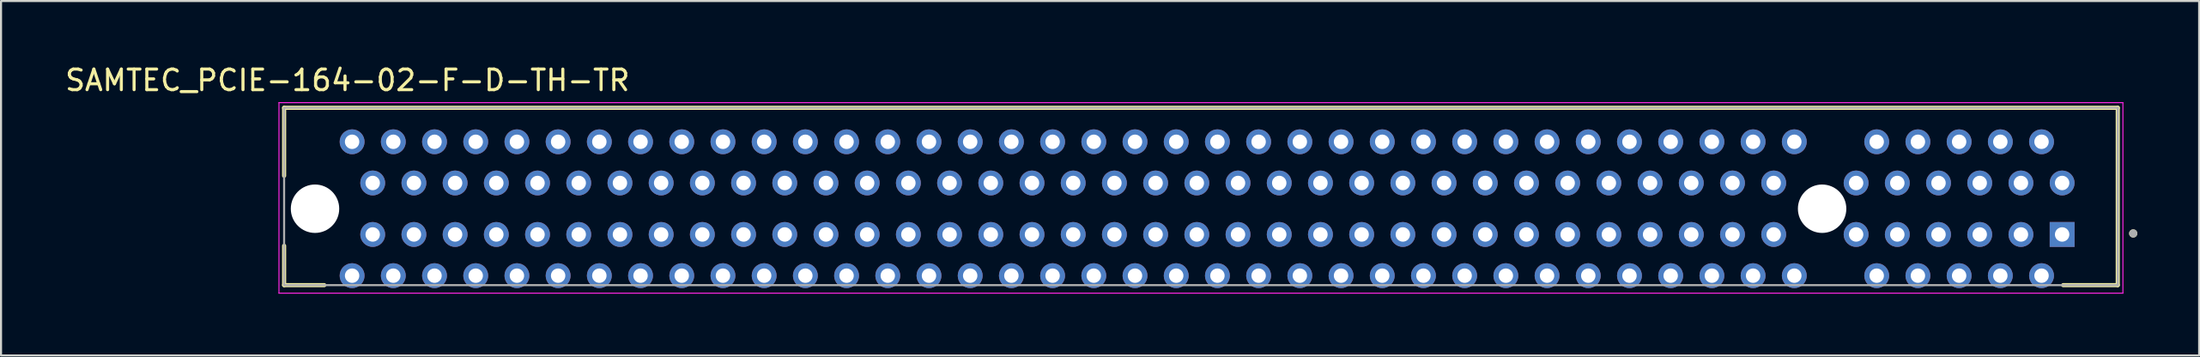
<source format=kicad_pcb>
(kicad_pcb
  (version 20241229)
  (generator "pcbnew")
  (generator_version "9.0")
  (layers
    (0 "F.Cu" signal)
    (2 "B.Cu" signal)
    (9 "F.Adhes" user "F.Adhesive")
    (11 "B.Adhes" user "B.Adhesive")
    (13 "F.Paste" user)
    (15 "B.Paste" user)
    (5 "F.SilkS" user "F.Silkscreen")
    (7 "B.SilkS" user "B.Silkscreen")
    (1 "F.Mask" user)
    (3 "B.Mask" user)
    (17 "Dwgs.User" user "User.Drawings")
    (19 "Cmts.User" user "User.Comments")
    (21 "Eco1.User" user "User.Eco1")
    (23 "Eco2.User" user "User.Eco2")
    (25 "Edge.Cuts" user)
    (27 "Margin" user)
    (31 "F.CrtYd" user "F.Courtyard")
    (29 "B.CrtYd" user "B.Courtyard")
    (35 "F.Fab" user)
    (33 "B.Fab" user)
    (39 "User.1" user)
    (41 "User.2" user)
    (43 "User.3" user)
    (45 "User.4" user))
  (footprint "SAMTEC_PCIE-164-02-F-D-TH-TR"
    (layer "F.Cu")
    (at 55.24 7.083)
    (property "Reference" "SAMTEC_PCIE-164-02-F-D-TH-TR" (at -41.425 -6.235 0) (layer "F.SilkS") (effects (font (size 1 1) (thickness 0.15))))
    (attr through_hole)
    (fp_line (start -44.5 -4.9) (end 44.5 -4.9) (stroke (width 0.2) (type solid)) (layer "F.SilkS"))
    (fp_line (start -44.5 -1.6) (end -44.5 -4.9) (stroke (width 0.2) (type solid)) (layer "F.SilkS"))
    (fp_line (start -44.5 3.71) (end -44.5 1.8) (stroke (width 0.2) (type solid)) (layer "F.SilkS"))
    (fp_line (start -42.55 3.71) (end -44.5 3.71) (stroke (width 0.2) (type solid)) (layer "F.SilkS"))
    (fp_line (start 44.5 -4.9) (end 44.5 3.71) (stroke (width 0.2) (type solid)) (layer "F.SilkS"))
    (fp_line (start 44.5 3.71) (end 41.85 3.71) (stroke (width 0.2) (type solid)) (layer "F.SilkS"))
    (fp_circle (center 45.25 1.2) (end 45.35 1.2) (stroke (width 0.2) (type solid)) (fill no) (layer "F.SilkS"))
    (fp_line (start -44.75 -5.15) (end 44.75 -5.15) (stroke (width 0.05) (type solid)) (layer "F.CrtYd"))
    (fp_line (start -44.75 4.1) (end -44.75 -5.15) (stroke (width 0.05) (type solid)) (layer "F.CrtYd"))
    (fp_line (start 44.75 -5.15) (end 44.75 4.1) (stroke (width 0.05) (type solid)) (layer "F.CrtYd"))
    (fp_line (start 44.75 4.1) (end -44.75 4.1) (stroke (width 0.05) (type solid)) (layer "F.CrtYd"))
    (fp_line (start -44.5 -4.9) (end 44.5 -4.9) (stroke (width 0.1) (type solid)) (layer "F.Fab"))
    (fp_line (start -44.5 3.71) (end -44.5 -4.9) (stroke (width 0.1) (type solid)) (layer "F.Fab"))
    (fp_line (start 44.5 -4.9) (end 44.5 3.71) (stroke (width 0.1) (type solid)) (layer "F.Fab"))
    (fp_line (start 44.5 3.71) (end -44.5 3.71) (stroke (width 0.1) (type solid)) (layer "F.Fab"))
    (fp_circle (center 45.25 1.2) (end 45.35 1.2) (stroke (width 0.2) (type solid)) (fill no) (layer "F.Fab"))
    (pad "" np_thru_hole circle (at -43 0) (size 2.35 2.35) (drill 2.35) (layers "*.Cu" "*.Mask"))
    (pad "" np_thru_hole circle (at 30.15 0) (size 2.35 2.35) (drill 2.35) (layers "*.Cu" "*.Mask"))
    (pad "A1" thru_hole rect (at 41.8 1.25) (size 1.208 1.208) (drill 0.7) (layers "*.Cu" "*.Mask"))
    (pad "A2" thru_hole circle (at 40.8 3.25) (size 1.208 1.208) (drill 0.7) (layers "*.Cu" "*.Mask"))
    (pad "A3" thru_hole circle (at 39.8 1.25) (size 1.208 1.208) (drill 0.7) (layers "*.Cu" "*.Mask"))
    (pad "A4" thru_hole circle (at 38.8 3.25) (size 1.208 1.208) (drill 0.7) (layers "*.Cu" "*.Mask"))
    (pad "A5" thru_hole circle (at 37.8 1.25) (size 1.208 1.208) (drill 0.7) (layers "*.Cu" "*.Mask"))
    (pad "A6" thru_hole circle (at 36.8 3.25) (size 1.208 1.208) (drill 0.7) (layers "*.Cu" "*.Mask"))
    (pad "A7" thru_hole circle (at 35.8 1.25) (size 1.208 1.208) (drill 0.7) (layers "*.Cu" "*.Mask"))
    (pad "A8" thru_hole circle (at 34.8 3.25) (size 1.208 1.208) (drill 0.7) (layers "*.Cu" "*.Mask"))
    (pad "A9" thru_hole circle (at 33.8 1.25) (size 1.208 1.208) (drill 0.7) (layers "*.Cu" "*.Mask"))
    (pad "A10" thru_hole circle (at 32.8 3.25) (size 1.208 1.208) (drill 0.7) (layers "*.Cu" "*.Mask"))
    (pad "A11" thru_hole circle (at 31.8 1.25) (size 1.208 1.208) (drill 0.7) (layers "*.Cu" "*.Mask"))
    (pad "A12" thru_hole circle (at 28.8 3.25) (size 1.208 1.208) (drill 0.7) (layers "*.Cu" "*.Mask"))
    (pad "A13" thru_hole circle (at 27.8 1.25) (size 1.208 1.208) (drill 0.7) (layers "*.Cu" "*.Mask"))
    (pad "A14" thru_hole circle (at 26.8 3.25) (size 1.208 1.208) (drill 0.7) (layers "*.Cu" "*.Mask"))
    (pad "A15" thru_hole circle (at 25.8 1.25) (size 1.208 1.208) (drill 0.7) (layers "*.Cu" "*.Mask"))
    (pad "A16" thru_hole circle (at 24.8 3.25) (size 1.208 1.208) (drill 0.7) (layers "*.Cu" "*.Mask"))
    (pad "A17" thru_hole circle (at 23.8 1.25) (size 1.208 1.208) (drill 0.7) (layers "*.Cu" "*.Mask"))
    (pad "A18" thru_hole circle (at 22.8 3.25) (size 1.208 1.208) (drill 0.7) (layers "*.Cu" "*.Mask"))
    (pad "A19" thru_hole circle (at 21.8 1.25) (size 1.208 1.208) (drill 0.7) (layers "*.Cu" "*.Mask"))
    (pad "A20" thru_hole circle (at 20.8 3.25) (size 1.208 1.208) (drill 0.7) (layers "*.Cu" "*.Mask"))
    (pad "A21" thru_hole circle (at 19.8 1.25) (size 1.208 1.208) (drill 0.7) (layers "*.Cu" "*.Mask"))
    (pad "A22" thru_hole circle (at 18.8 3.25) (size 1.208 1.208) (drill 0.7) (layers "*.Cu" "*.Mask"))
    (pad "A23" thru_hole circle (at 17.8 1.25) (size 1.208 1.208) (drill 0.7) (layers "*.Cu" "*.Mask"))
    (pad "A24" thru_hole circle (at 16.8 3.25) (size 1.208 1.208) (drill 0.7) (layers "*.Cu" "*.Mask"))
    (pad "A25" thru_hole circle (at 15.8 1.25) (size 1.208 1.208) (drill 0.7) (layers "*.Cu" "*.Mask"))
    (pad "A26" thru_hole circle (at 14.8 3.25) (size 1.208 1.208) (drill 0.7) (layers "*.Cu" "*.Mask"))
    (pad "A27" thru_hole circle (at 13.8 1.25) (size 1.208 1.208) (drill 0.7) (layers "*.Cu" "*.Mask"))
    (pad "A28" thru_hole circle (at 12.8 3.25) (size 1.208 1.208) (drill 0.7) (layers "*.Cu" "*.Mask"))
    (pad "A29" thru_hole circle (at 11.8 1.25) (size 1.208 1.208) (drill 0.7) (layers "*.Cu" "*.Mask"))
    (pad "A30" thru_hole circle (at 10.8 3.25) (size 1.208 1.208) (drill 0.7) (layers "*.Cu" "*.Mask"))
    (pad "A31" thru_hole circle (at 9.8 1.25) (size 1.208 1.208) (drill 0.7) (layers "*.Cu" "*.Mask"))
    (pad "A32" thru_hole circle (at 8.8 3.25) (size 1.208 1.208) (drill 0.7) (layers "*.Cu" "*.Mask"))
    (pad "A33" thru_hole circle (at 7.8 1.25) (size 1.208 1.208) (drill 0.7) (layers "*.Cu" "*.Mask"))
    (pad "A34" thru_hole circle (at 6.8 3.25) (size 1.208 1.208) (drill 0.7) (layers "*.Cu" "*.Mask"))
    (pad "A35" thru_hole circle (at 5.8 1.25) (size 1.208 1.208) (drill 0.7) (layers "*.Cu" "*.Mask"))
    (pad "A36" thru_hole circle (at 4.8 3.25) (size 1.208 1.208) (drill 0.7) (layers "*.Cu" "*.Mask"))
    (pad "A37" thru_hole circle (at 3.8 1.25) (size 1.208 1.208) (drill 0.7) (layers "*.Cu" "*.Mask"))
    (pad "A38" thru_hole circle (at 2.8 3.25) (size 1.208 1.208) (drill 0.7) (layers "*.Cu" "*.Mask"))
    (pad "A39" thru_hole circle (at 1.8 1.25) (size 1.208 1.208) (drill 0.7) (layers "*.Cu" "*.Mask"))
    (pad "A40" thru_hole circle (at 0.8 3.25) (size 1.208 1.208) (drill 0.7) (layers "*.Cu" "*.Mask"))
    (pad "A41" thru_hole circle (at -0.2 1.25) (size 1.208 1.208) (drill 0.7) (layers "*.Cu" "*.Mask"))
    (pad "A42" thru_hole circle (at -1.2 3.25) (size 1.208 1.208) (drill 0.7) (layers "*.Cu" "*.Mask"))
    (pad "A43" thru_hole circle (at -2.2 1.25) (size 1.208 1.208) (drill 0.7) (layers "*.Cu" "*.Mask"))
    (pad "A44" thru_hole circle (at -3.2 3.25) (size 1.208 1.208) (drill 0.7) (layers "*.Cu" "*.Mask"))
    (pad "A45" thru_hole circle (at -4.2 1.25) (size 1.208 1.208) (drill 0.7) (layers "*.Cu" "*.Mask"))
    (pad "A46" thru_hole circle (at -5.2 3.25) (size 1.208 1.208) (drill 0.7) (layers "*.Cu" "*.Mask"))
    (pad "A47" thru_hole circle (at -6.2 1.25) (size 1.208 1.208) (drill 0.7) (layers "*.Cu" "*.Mask"))
    (pad "A48" thru_hole circle (at -7.2 3.25) (size 1.208 1.208) (drill 0.7) (layers "*.Cu" "*.Mask"))
    (pad "A49" thru_hole circle (at -8.2 1.25) (size 1.208 1.208) (drill 0.7) (layers "*.Cu" "*.Mask"))
    (pad "A50" thru_hole circle (at -9.2 3.25) (size 1.208 1.208) (drill 0.7) (layers "*.Cu" "*.Mask"))
    (pad "A51" thru_hole circle (at -10.2 1.25) (size 1.208 1.208) (drill 0.7) (layers "*.Cu" "*.Mask"))
    (pad "A52" thru_hole circle (at -11.2 3.25) (size 1.208 1.208) (drill 0.7) (layers "*.Cu" "*.Mask"))
    (pad "A53" thru_hole circle (at -12.2 1.25) (size 1.208 1.208) (drill 0.7) (layers "*.Cu" "*.Mask"))
    (pad "A54" thru_hole circle (at -13.2 3.25) (size 1.208 1.208) (drill 0.7) (layers "*.Cu" "*.Mask"))
    (pad "A55" thru_hole circle (at -14.2 1.25) (size 1.208 1.208) (drill 0.7) (layers "*.Cu" "*.Mask"))
    (pad "A56" thru_hole circle (at -15.2 3.25) (size 1.208 1.208) (drill 0.7) (layers "*.Cu" "*.Mask"))
    (pad "A57" thru_hole circle (at -16.2 1.25) (size 1.208 1.208) (drill 0.7) (layers "*.Cu" "*.Mask"))
    (pad "A58" thru_hole circle (at -17.2 3.25) (size 1.208 1.208) (drill 0.7) (layers "*.Cu" "*.Mask"))
    (pad "A59" thru_hole circle (at -18.2 1.25) (size 1.208 1.208) (drill 0.7) (layers "*.Cu" "*.Mask"))
    (pad "A60" thru_hole circle (at -19.2 3.25) (size 1.208 1.208) (drill 0.7) (layers "*.Cu" "*.Mask"))
    (pad "A61" thru_hole circle (at -20.2 1.25) (size 1.208 1.208) (drill 0.7) (layers "*.Cu" "*.Mask"))
    (pad "A62" thru_hole circle (at -21.2 3.25) (size 1.208 1.208) (drill 0.7) (layers "*.Cu" "*.Mask"))
    (pad "A63" thru_hole circle (at -22.2 1.25) (size 1.208 1.208) (drill 0.7) (layers "*.Cu" "*.Mask"))
    (pad "A64" thru_hole circle (at -23.2 3.25) (size 1.208 1.208) (drill 0.7) (layers "*.Cu" "*.Mask"))
    (pad "A65" thru_hole circle (at -24.2 1.25) (size 1.208 1.208) (drill 0.7) (layers "*.Cu" "*.Mask"))
    (pad "A66" thru_hole circle (at -25.2 3.25) (size 1.208 1.208) (drill 0.7) (layers "*.Cu" "*.Mask"))
    (pad "A67" thru_hole circle (at -26.2 1.25) (size 1.208 1.208) (drill 0.7) (layers "*.Cu" "*.Mask"))
    (pad "A68" thru_hole circle (at -27.2 3.25) (size 1.208 1.208) (drill 0.7) (layers "*.Cu" "*.Mask"))
    (pad "A69" thru_hole circle (at -28.2 1.25) (size 1.208 1.208) (drill 0.7) (layers "*.Cu" "*.Mask"))
    (pad "A70" thru_hole circle (at -29.2 3.25) (size 1.208 1.208) (drill 0.7) (layers "*.Cu" "*.Mask"))
    (pad "A71" thru_hole circle (at -30.2 1.25) (size 1.208 1.208) (drill 0.7) (layers "*.Cu" "*.Mask"))
    (pad "A72" thru_hole circle (at -31.2 3.25) (size 1.208 1.208) (drill 0.7) (layers "*.Cu" "*.Mask"))
    (pad "A73" thru_hole circle (at -32.2 1.25) (size 1.208 1.208) (drill 0.7) (layers "*.Cu" "*.Mask"))
    (pad "A74" thru_hole circle (at -33.2 3.25) (size 1.208 1.208) (drill 0.7) (layers "*.Cu" "*.Mask"))
    (pad "A75" thru_hole circle (at -34.2 1.25) (size 1.208 1.208) (drill 0.7) (layers "*.Cu" "*.Mask"))
    (pad "A76" thru_hole circle (at -35.2 3.25) (size 1.208 1.208) (drill 0.7) (layers "*.Cu" "*.Mask"))
    (pad "A77" thru_hole circle (at -36.2 1.25) (size 1.208 1.208) (drill 0.7) (layers "*.Cu" "*.Mask"))
    (pad "A78" thru_hole circle (at -37.2 3.25) (size 1.208 1.208) (drill 0.7) (layers "*.Cu" "*.Mask"))
    (pad "A79" thru_hole circle (at -38.2 1.25) (size 1.208 1.208) (drill 0.7) (layers "*.Cu" "*.Mask"))
    (pad "A80" thru_hole circle (at -39.2 3.25) (size 1.208 1.208) (drill 0.7) (layers "*.Cu" "*.Mask"))
    (pad "A81" thru_hole circle (at -40.2 1.25) (size 1.208 1.208) (drill 0.7) (layers "*.Cu" "*.Mask"))
    (pad "A82" thru_hole circle (at -41.2 3.25) (size 1.208 1.208) (drill 0.7) (layers "*.Cu" "*.Mask"))
    (pad "B1" thru_hole circle (at 41.8 -1.25) (size 1.208 1.208) (drill 0.7) (layers "*.Cu" "*.Mask"))
    (pad "B2" thru_hole circle (at 40.8 -3.25) (size 1.208 1.208) (drill 0.7) (layers "*.Cu" "*.Mask"))
    (pad "B3" thru_hole circle (at 39.8 -1.25) (size 1.208 1.208) (drill 0.7) (layers "*.Cu" "*.Mask"))
    (pad "B4" thru_hole circle (at 38.8 -3.25) (size 1.208 1.208) (drill 0.7) (layers "*.Cu" "*.Mask"))
    (pad "B5" thru_hole circle (at 37.8 -1.25) (size 1.208 1.208) (drill 0.7) (layers "*.Cu" "*.Mask"))
    (pad "B6" thru_hole circle (at 36.8 -3.25) (size 1.208 1.208) (drill 0.7) (layers "*.Cu" "*.Mask"))
    (pad "B7" thru_hole circle (at 35.8 -1.25) (size 1.208 1.208) (drill 0.7) (layers "*.Cu" "*.Mask"))
    (pad "B8" thru_hole circle (at 34.8 -3.25) (size 1.208 1.208) (drill 0.7) (layers "*.Cu" "*.Mask"))
    (pad "B9" thru_hole circle (at 33.8 -1.25) (size 1.208 1.208) (drill 0.7) (layers "*.Cu" "*.Mask"))
    (pad "B10" thru_hole circle (at 32.8 -3.25) (size 1.208 1.208) (drill 0.7) (layers "*.Cu" "*.Mask"))
    (pad "B11" thru_hole circle (at 31.8 -1.25) (size 1.208 1.208) (drill 0.7) (layers "*.Cu" "*.Mask"))
    (pad "B12" thru_hole circle (at 28.8 -3.25) (size 1.208 1.208) (drill 0.7) (layers "*.Cu" "*.Mask"))
    (pad "B13" thru_hole circle (at 27.8 -1.25) (size 1.208 1.208) (drill 0.7) (layers "*.Cu" "*.Mask"))
    (pad "B14" thru_hole circle (at 26.8 -3.25) (size 1.208 1.208) (drill 0.7) (layers "*.Cu" "*.Mask"))
    (pad "B15" thru_hole circle (at 25.8 -1.25) (size 1.208 1.208) (drill 0.7) (layers "*.Cu" "*.Mask"))
    (pad "B16" thru_hole circle (at 24.8 -3.25) (size 1.208 1.208) (drill 0.7) (layers "*.Cu" "*.Mask"))
    (pad "B17" thru_hole circle (at 23.8 -1.25) (size 1.208 1.208) (drill 0.7) (layers "*.Cu" "*.Mask"))
    (pad "B18" thru_hole circle (at 22.8 -3.25) (size 1.208 1.208) (drill 0.7) (layers "*.Cu" "*.Mask"))
    (pad "B19" thru_hole circle (at 21.8 -1.25) (size 1.208 1.208) (drill 0.7) (layers "*.Cu" "*.Mask"))
    (pad "B20" thru_hole circle (at 20.8 -3.25) (size 1.208 1.208) (drill 0.7) (layers "*.Cu" "*.Mask"))
    (pad "B21" thru_hole circle (at 19.8 -1.25) (size 1.208 1.208) (drill 0.7) (layers "*.Cu" "*.Mask"))
    (pad "B22" thru_hole circle (at 18.8 -3.25) (size 1.208 1.208) (drill 0.7) (layers "*.Cu" "*.Mask"))
    (pad "B23" thru_hole circle (at 17.8 -1.25) (size 1.208 1.208) (drill 0.7) (layers "*.Cu" "*.Mask"))
    (pad "B24" thru_hole circle (at 16.8 -3.25) (size 1.208 1.208) (drill 0.7) (layers "*.Cu" "*.Mask"))
    (pad "B25" thru_hole circle (at 15.8 -1.25) (size 1.208 1.208) (drill 0.7) (layers "*.Cu" "*.Mask"))
    (pad "B26" thru_hole circle (at 14.8 -3.25) (size 1.208 1.208) (drill 0.7) (layers "*.Cu" "*.Mask"))
    (pad "B27" thru_hole circle (at 13.8 -1.25) (size 1.208 1.208) (drill 0.7) (layers "*.Cu" "*.Mask"))
    (pad "B28" thru_hole circle (at 12.8 -3.25) (size 1.208 1.208) (drill 0.7) (layers "*.Cu" "*.Mask"))
    (pad "B29" thru_hole circle (at 11.8 -1.25) (size 1.208 1.208) (drill 0.7) (layers "*.Cu" "*.Mask"))
    (pad "B30" thru_hole circle (at 10.8 -3.25) (size 1.208 1.208) (drill 0.7) (layers "*.Cu" "*.Mask"))
    (pad "B31" thru_hole circle (at 9.8 -1.25) (size 1.208 1.208) (drill 0.7) (layers "*.Cu" "*.Mask"))
    (pad "B32" thru_hole circle (at 8.8 -3.25) (size 1.208 1.208) (drill 0.7) (layers "*.Cu" "*.Mask"))
    (pad "B33" thru_hole circle (at 7.8 -1.25) (size 1.208 1.208) (drill 0.7) (layers "*.Cu" "*.Mask"))
    (pad "B34" thru_hole circle (at 6.8 -3.25) (size 1.208 1.208) (drill 0.7) (layers "*.Cu" "*.Mask"))
    (pad "B35" thru_hole circle (at 5.8 -1.25) (size 1.208 1.208) (drill 0.7) (layers "*.Cu" "*.Mask"))
    (pad "B36" thru_hole circle (at 4.8 -3.25) (size 1.208 1.208) (drill 0.7) (layers "*.Cu" "*.Mask"))
    (pad "B37" thru_hole circle (at 3.8 -1.25) (size 1.208 1.208) (drill 0.7) (layers "*.Cu" "*.Mask"))
    (pad "B38" thru_hole circle (at 2.8 -3.25) (size 1.208 1.208) (drill 0.7) (layers "*.Cu" "*.Mask"))
    (pad "B39" thru_hole circle (at 1.8 -1.25) (size 1.208 1.208) (drill 0.7) (layers "*.Cu" "*.Mask"))
    (pad "B40" thru_hole circle (at 0.8 -3.25) (size 1.208 1.208) (drill 0.7) (layers "*.Cu" "*.Mask"))
    (pad "B41" thru_hole circle (at -0.2 -1.25) (size 1.208 1.208) (drill 0.7) (layers "*.Cu" "*.Mask"))
    (pad "B42" thru_hole circle (at -1.2 -3.25) (size 1.208 1.208) (drill 0.7) (layers "*.Cu" "*.Mask"))
    (pad "B43" thru_hole circle (at -2.2 -1.25) (size 1.208 1.208) (drill 0.7) (layers "*.Cu" "*.Mask"))
    (pad "B44" thru_hole circle (at -3.2 -3.25) (size 1.208 1.208) (drill 0.7) (layers "*.Cu" "*.Mask"))
    (pad "B45" thru_hole circle (at -4.2 -1.25) (size 1.208 1.208) (drill 0.7) (layers "*.Cu" "*.Mask"))
    (pad "B46" thru_hole circle (at -5.2 -3.25) (size 1.208 1.208) (drill 0.7) (layers "*.Cu" "*.Mask"))
    (pad "B47" thru_hole circle (at -6.2 -1.25) (size 1.208 1.208) (drill 0.7) (layers "*.Cu" "*.Mask"))
    (pad "B48" thru_hole circle (at -7.2 -3.25) (size 1.208 1.208) (drill 0.7) (layers "*.Cu" "*.Mask"))
    (pad "B49" thru_hole circle (at -8.2 -1.25) (size 1.208 1.208) (drill 0.7) (layers "*.Cu" "*.Mask"))
    (pad "B50" thru_hole circle (at -9.2 -3.25) (size 1.208 1.208) (drill 0.7) (layers "*.Cu" "*.Mask"))
    (pad "B51" thru_hole circle (at -10.2 -1.25) (size 1.208 1.208) (drill 0.7) (layers "*.Cu" "*.Mask"))
    (pad "B52" thru_hole circle (at -11.2 -3.25) (size 1.208 1.208) (drill 0.7) (layers "*.Cu" "*.Mask"))
    (pad "B53" thru_hole circle (at -12.2 -1.25) (size 1.208 1.208) (drill 0.7) (layers "*.Cu" "*.Mask"))
    (pad "B54" thru_hole circle (at -13.2 -3.25) (size 1.208 1.208) (drill 0.7) (layers "*.Cu" "*.Mask"))
    (pad "B55" thru_hole circle (at -14.2 -1.25) (size 1.208 1.208) (drill 0.7) (layers "*.Cu" "*.Mask"))
    (pad "B56" thru_hole circle (at -15.2 -3.25) (size 1.208 1.208) (drill 0.7) (layers "*.Cu" "*.Mask"))
    (pad "B57" thru_hole circle (at -16.2 -1.25) (size 1.208 1.208) (drill 0.7) (layers "*.Cu" "*.Mask"))
    (pad "B58" thru_hole circle (at -17.2 -3.25) (size 1.208 1.208) (drill 0.7) (layers "*.Cu" "*.Mask"))
    (pad "B59" thru_hole circle (at -18.2 -1.25) (size 1.208 1.208) (drill 0.7) (layers "*.Cu" "*.Mask"))
    (pad "B60" thru_hole circle (at -19.2 -3.25) (size 1.208 1.208) (drill 0.7) (layers "*.Cu" "*.Mask"))
    (pad "B61" thru_hole circle (at -20.2 -1.25) (size 1.208 1.208) (drill 0.7) (layers "*.Cu" "*.Mask"))
    (pad "B62" thru_hole circle (at -21.2 -3.25) (size 1.208 1.208) (drill 0.7) (layers "*.Cu" "*.Mask"))
    (pad "B63" thru_hole circle (at -22.2 -1.25) (size 1.208 1.208) (drill 0.7) (layers "*.Cu" "*.Mask"))
    (pad "B64" thru_hole circle (at -23.2 -3.25) (size 1.208 1.208) (drill 0.7) (layers "*.Cu" "*.Mask"))
    (pad "B65" thru_hole circle (at -24.2 -1.25) (size 1.208 1.208) (drill 0.7) (layers "*.Cu" "*.Mask"))
    (pad "B66" thru_hole circle (at -25.2 -3.25) (size 1.208 1.208) (drill 0.7) (layers "*.Cu" "*.Mask"))
    (pad "B67" thru_hole circle (at -26.2 -1.25) (size 1.208 1.208) (drill 0.7) (layers "*.Cu" "*.Mask"))
    (pad "B68" thru_hole circle (at -27.2 -3.25) (size 1.208 1.208) (drill 0.7) (layers "*.Cu" "*.Mask"))
    (pad "B69" thru_hole circle (at -28.2 -1.25) (size 1.208 1.208) (drill 0.7) (layers "*.Cu" "*.Mask"))
    (pad "B70" thru_hole circle (at -29.2 -3.25) (size 1.208 1.208) (drill 0.7) (layers "*.Cu" "*.Mask"))
    (pad "B71" thru_hole circle (at -30.2 -1.25) (size 1.208 1.208) (drill 0.7) (layers "*.Cu" "*.Mask"))
    (pad "B72" thru_hole circle (at -31.2 -3.25) (size 1.208 1.208) (drill 0.7) (layers "*.Cu" "*.Mask"))
    (pad "B73" thru_hole circle (at -32.2 -1.25) (size 1.208 1.208) (drill 0.7) (layers "*.Cu" "*.Mask"))
    (pad "B74" thru_hole circle (at -33.2 -3.25) (size 1.208 1.208) (drill 0.7) (layers "*.Cu" "*.Mask"))
    (pad "B75" thru_hole circle (at -34.2 -1.25) (size 1.208 1.208) (drill 0.7) (layers "*.Cu" "*.Mask"))
    (pad "B76" thru_hole circle (at -35.2 -3.25) (size 1.208 1.208) (drill 0.7) (layers "*.Cu" "*.Mask"))
    (pad "B77" thru_hole circle (at -36.2 -1.25) (size 1.208 1.208) (drill 0.7) (layers "*.Cu" "*.Mask"))
    (pad "B78" thru_hole circle (at -37.2 -3.25) (size 1.208 1.208) (drill 0.7) (layers "*.Cu" "*.Mask"))
    (pad "B79" thru_hole circle (at -38.2 -1.25) (size 1.208 1.208) (drill 0.7) (layers "*.Cu" "*.Mask"))
    (pad "B80" thru_hole circle (at -39.2 -3.25) (size 1.208 1.208) (drill 0.7) (layers "*.Cu" "*.Mask"))
    (pad "B81" thru_hole circle (at -40.2 -1.25) (size 1.208 1.208) (drill 0.7) (layers "*.Cu" "*.Mask"))
    (pad "B82" thru_hole circle (at -41.2 -3.25) (size 1.208 1.208) (drill 0.7) (layers "*.Cu" "*.Mask")))
  (gr_rect
    (start -3 -3)
    (end 103.69 14.208)
    (stroke (width 0.1) (type default))
    (fill no)
    (layer "Edge.Cuts")))
</source>
